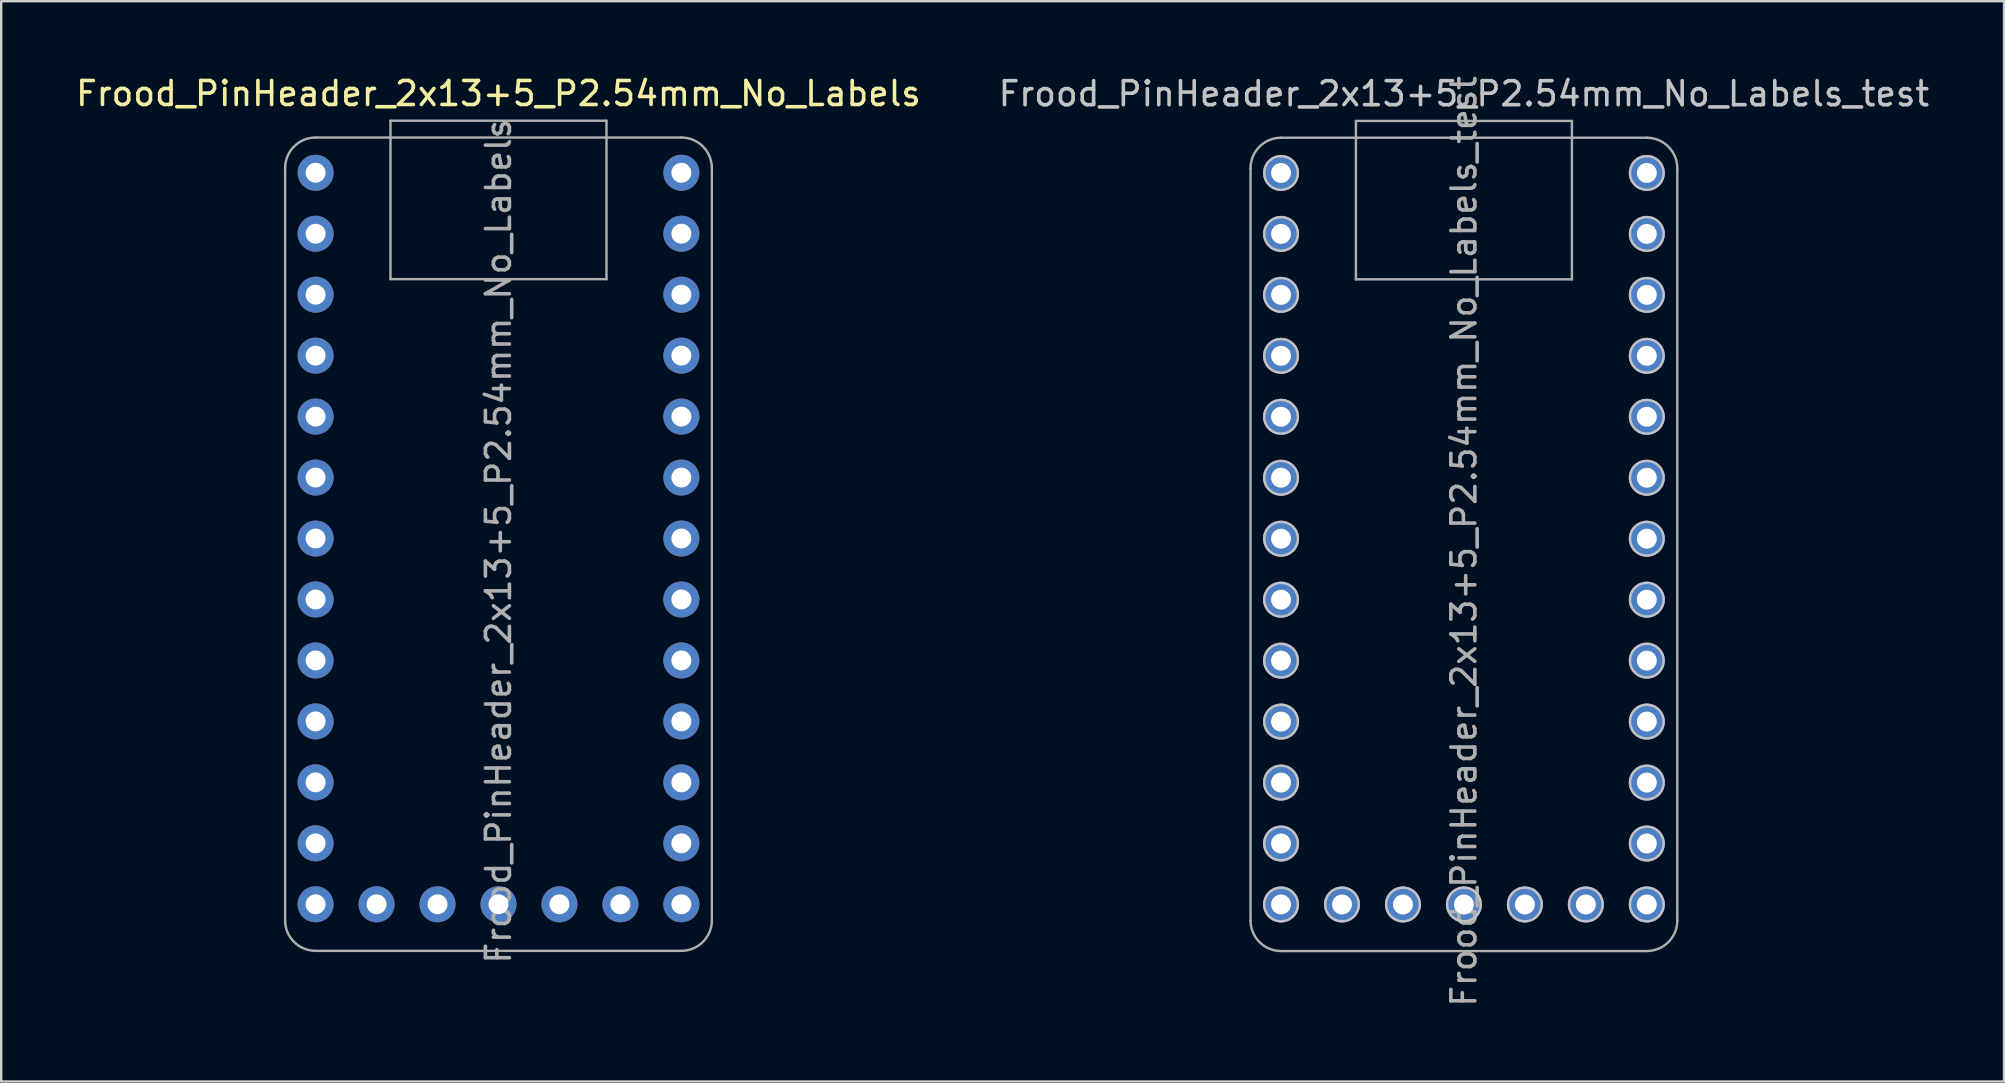
<source format=kicad_pcb>
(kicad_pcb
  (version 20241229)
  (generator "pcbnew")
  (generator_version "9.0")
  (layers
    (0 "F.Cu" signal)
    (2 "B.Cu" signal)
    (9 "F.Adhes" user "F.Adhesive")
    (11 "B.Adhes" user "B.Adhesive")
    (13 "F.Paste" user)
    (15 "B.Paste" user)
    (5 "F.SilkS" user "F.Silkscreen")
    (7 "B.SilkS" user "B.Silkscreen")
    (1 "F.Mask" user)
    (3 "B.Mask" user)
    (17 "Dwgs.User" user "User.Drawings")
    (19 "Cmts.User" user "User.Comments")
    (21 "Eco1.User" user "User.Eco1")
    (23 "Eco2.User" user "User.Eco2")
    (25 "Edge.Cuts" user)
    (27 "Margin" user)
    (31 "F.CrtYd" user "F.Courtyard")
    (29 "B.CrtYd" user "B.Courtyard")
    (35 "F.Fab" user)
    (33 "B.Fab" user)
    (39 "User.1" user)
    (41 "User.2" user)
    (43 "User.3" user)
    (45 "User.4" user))
  (footprint "Frood_PinHeader_2x13+5_P2.54mm_No_Labels_test"
    (layer "F.Cu")
    (at 57.946 4.156)
    (property "Reference" "Frood_PinHeader_2x13+5_P2.54mm_No_Labels_test" (at 0 -3.3 0) (layer "Dwgs.User") (effects (font (size 1 1) (thickness 0.15))))
    (attr through_hole)
    (fp_circle (center -7.62 0) (end -6.92 0.01) (stroke (width 0.1) (type default)) (fill no) (layer "Dwgs.User"))
    (fp_circle (center -7.62 2.54) (end -6.92 2.55) (stroke (width 0.1) (type default)) (fill no) (layer "Dwgs.User"))
    (fp_circle (center -7.62 5.08) (end -6.92 5.09) (stroke (width 0.1) (type default)) (fill no) (layer "Dwgs.User"))
    (fp_circle (center -7.62 7.62) (end -6.92 7.63) (stroke (width 0.1) (type default)) (fill no) (layer "Dwgs.User"))
    (fp_circle (center -7.62 10.16) (end -6.92 10.17) (stroke (width 0.1) (type default)) (fill no) (layer "Dwgs.User"))
    (fp_circle (center -7.62 12.7) (end -6.92 12.71) (stroke (width 0.1) (type default)) (fill no) (layer "Dwgs.User"))
    (fp_circle (center -7.62 15.24) (end -6.92 15.25) (stroke (width 0.1) (type default)) (fill no) (layer "Dwgs.User"))
    (fp_circle (center -7.62 17.78) (end -6.92 17.79) (stroke (width 0.1) (type default)) (fill no) (layer "Dwgs.User"))
    (fp_circle (center -7.62 20.32) (end -6.92 20.33) (stroke (width 0.1) (type default)) (fill no) (layer "Dwgs.User"))
    (fp_circle (center -7.62 22.86) (end -6.92 22.87) (stroke (width 0.1) (type default)) (fill no) (layer "Dwgs.User"))
    (fp_circle (center -7.62 25.4) (end -6.92 25.41) (stroke (width 0.1) (type default)) (fill no) (layer "Dwgs.User"))
    (fp_circle (center -7.62 27.94) (end -6.92 27.95) (stroke (width 0.1) (type default)) (fill no) (layer "Dwgs.User"))
    (fp_circle (center -7.62 30.48) (end -6.92 30.49) (stroke (width 0.1) (type default)) (fill no) (layer "Dwgs.User"))
    (fp_circle (center -5.08 30.48) (end -4.38 30.49) (stroke (width 0.1) (type default)) (fill no) (layer "Dwgs.User"))
    (fp_circle (center -2.54 30.48) (end -1.84 30.49) (stroke (width 0.1) (type default)) (fill no) (layer "Dwgs.User"))
    (fp_circle (center 0 30.48) (end 0.7 30.49) (stroke (width 0.1) (type default)) (fill no) (layer "Dwgs.User"))
    (fp_circle (center 2.54 30.48) (end 3.24 30.49) (stroke (width 0.1) (type default)) (fill no) (layer "Dwgs.User"))
    (fp_circle (center 5.08 30.48) (end 5.78 30.49) (stroke (width 0.1) (type default)) (fill no) (layer "Dwgs.User"))
    (fp_circle (center 7.62 0) (end 8.32 0.01) (stroke (width 0.1) (type default)) (fill no) (layer "Dwgs.User"))
    (fp_circle (center 7.62 2.54) (end 8.32 2.55) (stroke (width 0.1) (type default)) (fill no) (layer "Dwgs.User"))
    (fp_circle (center 7.62 5.08) (end 8.32 5.09) (stroke (width 0.1) (type default)) (fill no) (layer "Dwgs.User"))
    (fp_circle (center 7.62 7.62) (end 8.32 7.63) (stroke (width 0.1) (type default)) (fill no) (layer "Dwgs.User"))
    (fp_circle (center 7.62 10.16) (end 8.32 10.17) (stroke (width 0.1) (type default)) (fill no) (layer "Dwgs.User"))
    (fp_circle (center 7.62 12.7) (end 8.32 12.71) (stroke (width 0.1) (type default)) (fill no) (layer "Dwgs.User"))
    (fp_circle (center 7.62 15.24) (end 8.32 15.25) (stroke (width 0.1) (type default)) (fill no) (layer "Dwgs.User"))
    (fp_circle (center 7.62 17.78) (end 8.32 17.79) (stroke (width 0.1) (type default)) (fill no) (layer "Dwgs.User"))
    (fp_circle (center 7.62 20.32) (end 8.32 20.33) (stroke (width 0.1) (type default)) (fill no) (layer "Dwgs.User"))
    (fp_circle (center 7.62 22.86) (end 8.32 22.87) (stroke (width 0.1) (type default)) (fill no) (layer "Dwgs.User"))
    (fp_circle (center 7.62 25.4) (end 8.32 25.41) (stroke (width 0.1) (type default)) (fill no) (layer "Dwgs.User"))
    (fp_circle (center 7.62 27.94) (end 8.32 27.95) (stroke (width 0.1) (type default)) (fill no) (layer "Dwgs.User"))
    (fp_circle (center 7.62 30.48) (end 8.32 30.49) (stroke (width 0.1) (type default)) (fill no) (layer "Dwgs.User"))
    (fp_line (start -8.89 -0.197) (end -8.89 31.15) (stroke (width 0.1) (type solid)) (layer "F.Fab"))
    (fp_line (start -7.62 -1.468) (end 7.62 -1.468) (stroke (width 0.1) (type solid)) (layer "F.Fab"))
    (fp_line (start -7.62 32.42) (end 7.62 32.42) (stroke (width 0.1) (type solid)) (layer "F.Fab"))
    (fp_line (start -4.5 -2.167) (end -4.5 4.433) (stroke (width 0.1) (type solid)) (layer "F.Fab"))
    (fp_line (start -4.5 4.433) (end 4.5 4.433) (stroke (width 0.1) (type solid)) (layer "F.Fab"))
    (fp_line (start 4.5 -2.167) (end -4.5 -2.167) (stroke (width 0.1) (type solid)) (layer "F.Fab"))
    (fp_line (start 4.5 4.433) (end 4.5 -2.167) (stroke (width 0.1) (type solid)) (layer "F.Fab"))
    (fp_line (start 8.89 31.15) (end 8.89 -0.197) (stroke (width 0.1) (type solid)) (layer "F.Fab"))
    (fp_arc (start -8.89 -0.19725) (mid -8.518056 -1.095452) (end -7.62 -1.46775) (stroke (width 0.1) (type solid)) (layer "F.Fab"))
    (fp_arc (start -7.62 32.42025) (mid -8.518026 32.048276) (end -8.89 31.15025) (stroke (width 0.1) (type solid)) (layer "F.Fab"))
    (fp_arc (start 7.62 -1.46775) (mid 8.518056 -1.095452) (end 8.89 -0.19725) (stroke (width 0.1) (type solid)) (layer "F.Fab"))
    (fp_arc (start 8.89 31.15025) (mid 8.518026 32.048276) (end 7.62 32.42025) (stroke (width 0.1) (type solid)) (layer "F.Fab"))
    (fp_text user "${REFERENCE}" (at 0 15.35 90) (layer "F.Fab") (effects (font (size 1 1) (thickness 0.15))))
    (pad "1" thru_hole oval (at -7.62 0) (size 1.5 1.5) (drill 0.83) (layers "*.Cu" "*.Mask"))
    (pad "2" thru_hole oval (at -7.62 2.54) (size 1.5 1.5) (drill 0.83) (layers "*.Cu" "*.Mask"))
    (pad "3" thru_hole oval (at -7.62 5.08) (size 1.5 1.5) (drill 0.83) (layers "*.Cu" "*.Mask"))
    (pad "4" thru_hole oval (at -7.62 7.62) (size 1.5 1.5) (drill 0.83) (layers "*.Cu" "*.Mask"))
    (pad "5" thru_hole oval (at -7.62 10.16) (size 1.5 1.5) (drill 0.83) (layers "*.Cu" "*.Mask"))
    (pad "6" thru_hole oval (at -7.62 12.7) (size 1.5 1.5) (drill 0.83) (layers "*.Cu" "*.Mask"))
    (pad "7" thru_hole oval (at -7.62 15.24) (size 1.5 1.5) (drill 0.83) (layers "*.Cu" "*.Mask"))
    (pad "8" thru_hole oval (at -7.62 17.78) (size 1.5 1.5) (drill 0.83) (layers "*.Cu" "*.Mask"))
    (pad "9" thru_hole oval (at -7.62 20.32) (size 1.5 1.5) (drill 0.83) (layers "*.Cu" "*.Mask"))
    (pad "10" thru_hole oval (at -7.62 22.86) (size 1.5 1.5) (drill 0.83) (layers "*.Cu" "*.Mask"))
    (pad "11" thru_hole oval (at -7.62 25.4) (size 1.5 1.5) (drill 0.83) (layers "*.Cu" "*.Mask"))
    (pad "12" thru_hole oval (at -7.62 27.94) (size 1.5 1.5) (drill 0.83) (layers "*.Cu" "*.Mask"))
    (pad "13" thru_hole oval (at -7.62 30.48) (size 1.5 1.5) (drill 0.83) (layers "*.Cu" "*.Mask"))
    (pad "14" thru_hole oval (at -5.08 30.48) (size 1.5 1.5) (drill 0.83) (layers "*.Cu" "*.Mask"))
    (pad "15" thru_hole oval (at -2.54 30.48) (size 1.5 1.5) (drill 0.83) (layers "*.Cu" "*.Mask"))
    (pad "16" thru_hole oval (at 0 30.48) (size 1.5 1.5) (drill 0.83) (layers "*.Cu" "*.Mask"))
    (pad "17" thru_hole oval (at 2.54 30.48) (size 1.5 1.5) (drill 0.83) (layers "*.Cu" "*.Mask"))
    (pad "18" thru_hole oval (at 5.08 30.48) (size 1.5 1.5) (drill 0.83) (layers "*.Cu" "*.Mask"))
    (pad "19" thru_hole oval (at 7.62 30.48) (size 1.5 1.5) (drill 0.83) (layers "*.Cu" "*.Mask"))
    (pad "20" thru_hole oval (at 7.62 27.94) (size 1.5 1.5) (drill 0.83) (layers "*.Cu" "*.Mask"))
    (pad "21" thru_hole oval (at 7.62 25.4) (size 1.5 1.5) (drill 0.83) (layers "*.Cu" "*.Mask"))
    (pad "22" thru_hole oval (at 7.62 22.86) (size 1.5 1.5) (drill 0.83) (layers "*.Cu" "*.Mask"))
    (pad "23" thru_hole oval (at 7.62 20.32) (size 1.5 1.5) (drill 0.83) (layers "*.Cu" "*.Mask"))
    (pad "24" thru_hole oval (at 7.62 17.78) (size 1.5 1.5) (drill 0.83) (layers "*.Cu" "*.Mask"))
    (pad "25" thru_hole oval (at 7.62 15.24) (size 1.5 1.5) (drill 0.83) (layers "*.Cu" "*.Mask"))
    (pad "26" thru_hole oval (at 7.62 12.7) (size 1.5 1.5) (drill 0.83) (layers "*.Cu" "*.Mask"))
    (pad "27" thru_hole oval (at 7.62 10.16) (size 1.5 1.5) (drill 0.83) (layers "*.Cu" "*.Mask"))
    (pad "28" thru_hole oval (at 7.62 7.62) (size 1.5 1.5) (drill 0.83) (layers "*.Cu" "*.Mask"))
    (pad "29" thru_hole oval (at 7.62 5.08) (size 1.5 1.5) (drill 0.83) (layers "*.Cu" "*.Mask"))
    (pad "30" thru_hole oval (at 7.62 2.54) (size 1.5 1.5) (drill 0.83) (layers "*.Cu" "*.Mask"))
    (pad "31" thru_hole oval (at 7.62 0) (size 1.5 1.5) (drill 0.83) (layers "*.Cu" "*.Mask")))
  (footprint "Frood_PinHeader_2x13+5_P2.54mm_No_Labels"
    (layer "F.Cu")
    (at 17.72 4.148)
    (property "Reference" "Frood_PinHeader_2x13+5_P2.54mm_No_Labels" (at 0 -3.3 0) (layer "F.SilkS") (effects (font (size 1 1) (thickness 0.15))))
    (attr through_hole)
    (fp_line (start -8.89 -0.197) (end -8.89 31.15) (stroke (width 0.1) (type solid)) (layer "F.Fab"))
    (fp_line (start -7.62 -1.468) (end 7.62 -1.468) (stroke (width 0.1) (type solid)) (layer "F.Fab"))
    (fp_line (start -7.62 32.42) (end 7.62 32.42) (stroke (width 0.1) (type solid)) (layer "F.Fab"))
    (fp_line (start -4.5 -2.167) (end -4.5 4.433) (stroke (width 0.1) (type solid)) (layer "F.Fab"))
    (fp_line (start -4.5 4.433) (end 4.5 4.433) (stroke (width 0.1) (type solid)) (layer "F.Fab"))
    (fp_line (start 4.5 -2.167) (end -4.5 -2.167) (stroke (width 0.1) (type solid)) (layer "F.Fab"))
    (fp_line (start 4.5 4.433) (end 4.5 -2.167) (stroke (width 0.1) (type solid)) (layer "F.Fab"))
    (fp_line (start 8.89 31.15) (end 8.89 -0.197) (stroke (width 0.1) (type solid)) (layer "F.Fab"))
    (fp_arc (start -8.89 -0.19725) (mid -8.518056 -1.095452) (end -7.62 -1.46775) (stroke (width 0.1) (type solid)) (layer "F.Fab"))
    (fp_arc (start -7.62 32.42025) (mid -8.518026 32.048276) (end -8.89 31.15025) (stroke (width 0.1) (type solid)) (layer "F.Fab"))
    (fp_arc (start 7.62 -1.46775) (mid 8.518056 -1.095452) (end 8.89 -0.19725) (stroke (width 0.1) (type solid)) (layer "F.Fab"))
    (fp_arc (start 8.89 31.15025) (mid 8.518026 32.048276) (end 7.62 32.42025) (stroke (width 0.1) (type solid)) (layer "F.Fab"))
    (fp_text user "${REFERENCE}" (at 0 15.35 90) (layer "F.Fab") (effects (font (size 1 1) (thickness 0.15))))
    (pad "1" thru_hole oval (at -7.62 0) (size 1.5 1.5) (drill 0.83) (layers "*.Cu" "*.Mask"))
    (pad "2" thru_hole oval (at -7.62 2.54) (size 1.5 1.5) (drill 0.83) (layers "*.Cu" "*.Mask"))
    (pad "3" thru_hole oval (at -7.62 5.08) (size 1.5 1.5) (drill 0.83) (layers "*.Cu" "*.Mask"))
    (pad "4" thru_hole oval (at -7.62 7.62) (size 1.5 1.5) (drill 0.83) (layers "*.Cu" "*.Mask"))
    (pad "5" thru_hole oval (at -7.62 10.16) (size 1.5 1.5) (drill 0.83) (layers "*.Cu" "*.Mask"))
    (pad "6" thru_hole oval (at -7.62 12.7) (size 1.5 1.5) (drill 0.83) (layers "*.Cu" "*.Mask"))
    (pad "7" thru_hole oval (at -7.62 15.24) (size 1.5 1.5) (drill 0.83) (layers "*.Cu" "*.Mask"))
    (pad "8" thru_hole oval (at -7.62 17.78) (size 1.5 1.5) (drill 0.83) (layers "*.Cu" "*.Mask"))
    (pad "9" thru_hole oval (at -7.62 20.32) (size 1.5 1.5) (drill 0.83) (layers "*.Cu" "*.Mask"))
    (pad "10" thru_hole oval (at -7.62 22.86) (size 1.5 1.5) (drill 0.83) (layers "*.Cu" "*.Mask"))
    (pad "11" thru_hole oval (at -7.62 25.4) (size 1.5 1.5) (drill 0.83) (layers "*.Cu" "*.Mask"))
    (pad "12" thru_hole oval (at -7.62 27.94) (size 1.5 1.5) (drill 0.83) (layers "*.Cu" "*.Mask"))
    (pad "13" thru_hole oval (at -7.62 30.48) (size 1.5 1.5) (drill 0.83) (layers "*.Cu" "*.Mask"))
    (pad "14" thru_hole oval (at -5.08 30.48) (size 1.5 1.5) (drill 0.83) (layers "*.Cu" "*.Mask"))
    (pad "15" thru_hole oval (at -2.54 30.48) (size 1.5 1.5) (drill 0.83) (layers "*.Cu" "*.Mask"))
    (pad "16" thru_hole oval (at 0 30.48) (size 1.5 1.5) (drill 0.83) (layers "*.Cu" "*.Mask"))
    (pad "17" thru_hole oval (at 2.54 30.48) (size 1.5 1.5) (drill 0.83) (layers "*.Cu" "*.Mask"))
    (pad "18" thru_hole oval (at 5.08 30.48) (size 1.5 1.5) (drill 0.83) (layers "*.Cu" "*.Mask"))
    (pad "19" thru_hole oval (at 7.62 30.48) (size 1.5 1.5) (drill 0.83) (layers "*.Cu" "*.Mask"))
    (pad "20" thru_hole oval (at 7.62 27.94) (size 1.5 1.5) (drill 0.83) (layers "*.Cu" "*.Mask"))
    (pad "21" thru_hole oval (at 7.62 25.4) (size 1.5 1.5) (drill 0.83) (layers "*.Cu" "*.Mask"))
    (pad "22" thru_hole oval (at 7.62 22.86) (size 1.5 1.5) (drill 0.83) (layers "*.Cu" "*.Mask"))
    (pad "23" thru_hole oval (at 7.62 20.32) (size 1.5 1.5) (drill 0.83) (layers "*.Cu" "*.Mask"))
    (pad "24" thru_hole oval (at 7.62 17.78) (size 1.5 1.5) (drill 0.83) (layers "*.Cu" "*.Mask"))
    (pad "25" thru_hole oval (at 7.62 15.24) (size 1.5 1.5) (drill 0.83) (layers "*.Cu" "*.Mask"))
    (pad "26" thru_hole oval (at 7.62 12.7) (size 1.5 1.5) (drill 0.83) (layers "*.Cu" "*.Mask"))
    (pad "27" thru_hole oval (at 7.62 10.16) (size 1.5 1.5) (drill 0.83) (layers "*.Cu" "*.Mask"))
    (pad "28" thru_hole oval (at 7.62 7.62) (size 1.5 1.5) (drill 0.83) (layers "*.Cu" "*.Mask"))
    (pad "29" thru_hole oval (at 7.62 5.08) (size 1.5 1.5) (drill 0.83) (layers "*.Cu" "*.Mask"))
    (pad "30" thru_hole oval (at 7.62 2.54) (size 1.5 1.5) (drill 0.83) (layers "*.Cu" "*.Mask"))
    (pad "31" thru_hole oval (at 7.62 0) (size 1.5 1.5) (drill 0.83) (layers "*.Cu" "*.Mask")))
  (gr_rect
    (start -3 -3)
    (end 80.452 42.012)
    (stroke (width 0.1) (type default))
    (fill no)
    (layer "Edge.Cuts")))
</source>
